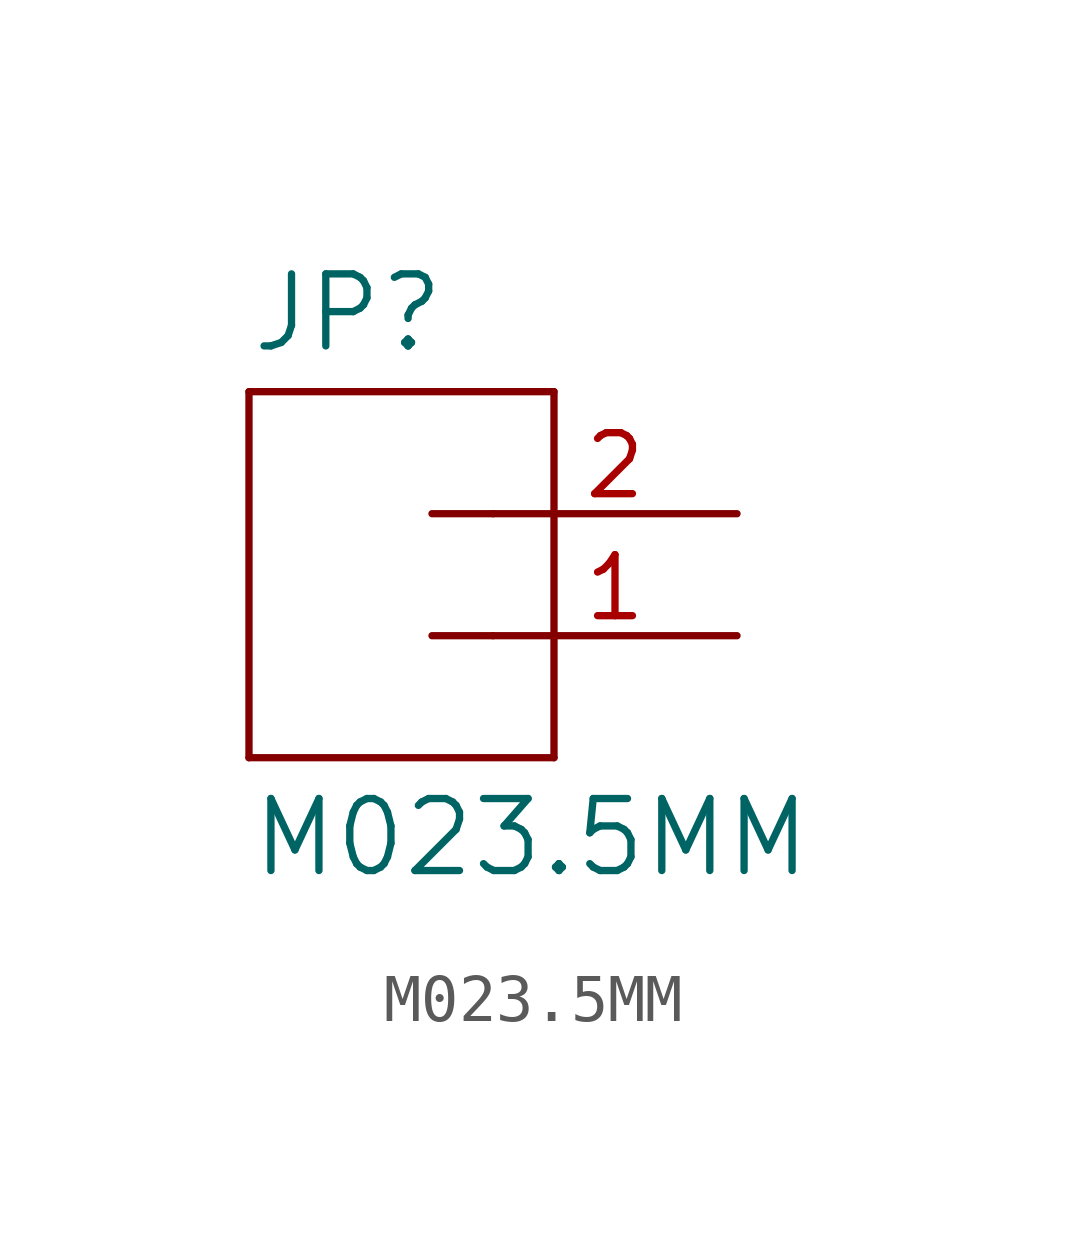
<source format=kicad_sym>
(kicad_symbol_lib
  (version 20211014)
  (generator kicad_symbol_editor)
  (symbol "M023.5MM"
    (pin_names
      (offset 1.016))
    (property "Reference" "JP"
      (at -2.54 5.842 0)
      (effects (font (size 1.499 1.499)) (justify left bottom)))
    (property "Value" "M023.5MM"
      (at -2.54 -5.08 0)
      (effects (font (size 1.499 1.499)) (justify left bottom)))
    (property "ki_locked" ""
      (at 0 0 0)
      (effects (font (size 1.27 1.27))))
    (symbol "M023.5MM_1_0"
      (polyline (pts (xy -2.54 5.08) (xy -2.54 -2.54)) (stroke (width 0) (type default) (color 0 0 0 0)) (fill (type none)))
      (polyline (pts (xy -2.54 5.08) (xy 3.81 5.08)) (stroke (width 0) (type default) (color 0 0 0 0)) (fill (type none)))
      (polyline (pts (xy 1.27 0) (xy 2.54 0)) (stroke (width 0) (type default) (color 0 0 0 0)) (fill (type none)))
      (polyline (pts (xy 1.27 2.54) (xy 2.54 2.54)) (stroke (width 0) (type default) (color 0 0 0 0)) (fill (type none)))
      (polyline (pts (xy 3.81 -2.54) (xy -2.54 -2.54)) (stroke (width 0) (type default) (color 0 0 0 0)) (fill (type none)))
      (polyline (pts (xy 3.81 -2.54) (xy 3.81 5.08)) (stroke (width 0) (type default) (color 0 0 0 0)) (fill (type none)))
      (pin passive line (at 7.62 0 180) (length 5.08) (name "1" (effects (font (size 0 0)))) (number "1" (effects (font (size 1.27 1.27)))))
      (pin passive line (at 7.62 2.54 180) (length 5.08) (name "2" (effects (font (size 0 0)))) (number "2" (effects (font (size 1.27 1.27))))))))
</source>
